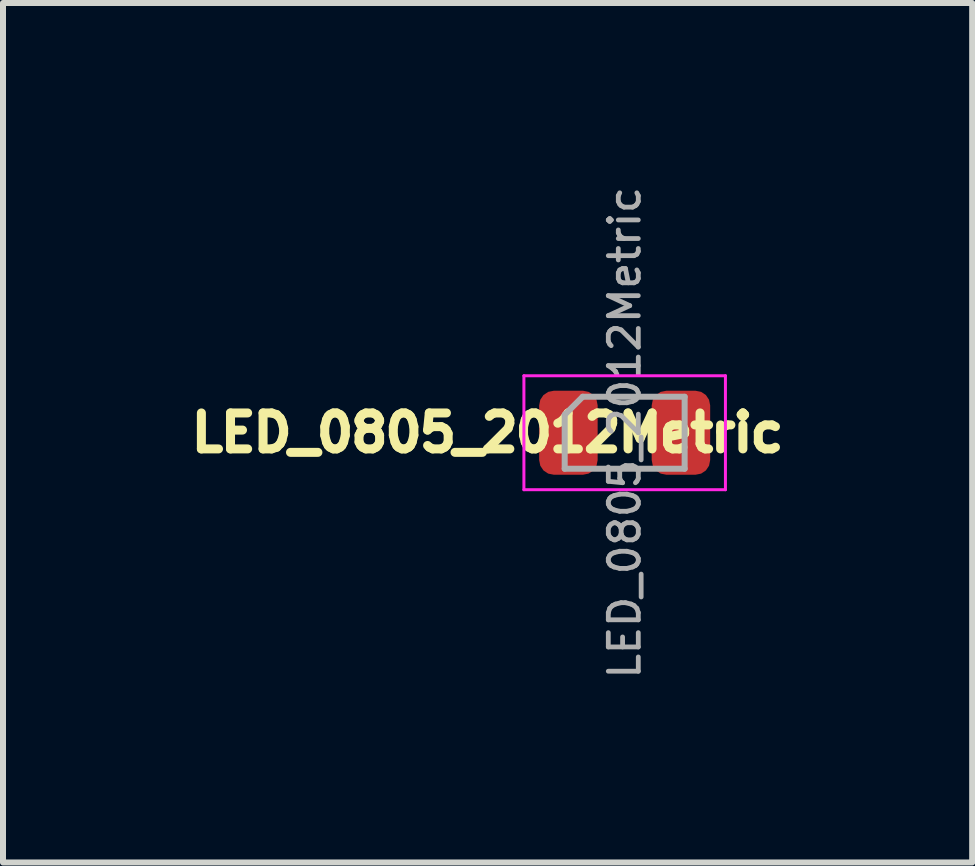
<source format=kicad_pcb>
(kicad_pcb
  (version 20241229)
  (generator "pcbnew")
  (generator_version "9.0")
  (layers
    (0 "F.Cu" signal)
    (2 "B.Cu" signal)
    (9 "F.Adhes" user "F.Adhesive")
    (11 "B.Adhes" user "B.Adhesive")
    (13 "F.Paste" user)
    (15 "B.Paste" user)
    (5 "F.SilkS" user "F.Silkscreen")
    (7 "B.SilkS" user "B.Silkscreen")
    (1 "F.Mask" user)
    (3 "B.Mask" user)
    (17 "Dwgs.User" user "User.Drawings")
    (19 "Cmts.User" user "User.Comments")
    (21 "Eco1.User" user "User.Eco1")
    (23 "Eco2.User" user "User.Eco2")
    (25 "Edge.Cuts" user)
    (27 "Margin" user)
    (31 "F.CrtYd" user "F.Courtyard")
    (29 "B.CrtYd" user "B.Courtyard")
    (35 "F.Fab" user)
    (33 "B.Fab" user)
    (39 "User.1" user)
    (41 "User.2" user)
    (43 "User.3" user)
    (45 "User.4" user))
  (footprint "LED_0805_2012Metric"
    (layer "F.Cu")
    (at 7.365 4.165)
    (property "Reference" "LED_0805_2012Metric" (at -2.286 0 180) (layer "F.SilkS") (effects (font (size 0.6 0.6) (thickness 0.15))))
    (attr smd)
    (fp_line (start -1.68 -0.95) (end 1.68 -0.95) (stroke (width 0.05) (type solid)) (layer "F.CrtYd"))
    (fp_line (start -1.68 0.95) (end -1.68 -0.95) (stroke (width 0.05) (type solid)) (layer "F.CrtYd"))
    (fp_line (start 1.68 -0.95) (end 1.68 0.95) (stroke (width 0.05) (type solid)) (layer "F.CrtYd"))
    (fp_line (start 1.68 0.95) (end -1.68 0.95) (stroke (width 0.05) (type solid)) (layer "F.CrtYd"))
    (fp_line (start -1 -0.3) (end -1 0.6) (stroke (width 0.1) (type solid)) (layer "F.Fab"))
    (fp_line (start -1 0.6) (end 1 0.6) (stroke (width 0.1) (type solid)) (layer "F.Fab"))
    (fp_line (start -0.7 -0.6) (end -1 -0.3) (stroke (width 0.1) (type solid)) (layer "F.Fab"))
    (fp_line (start 1 -0.6) (end -0.7 -0.6) (stroke (width 0.1) (type solid)) (layer "F.Fab"))
    (fp_line (start 1 0.6) (end 1 -0.6) (stroke (width 0.1) (type solid)) (layer "F.Fab"))
    (fp_text user "${REFERENCE}" (at 0 0 90) (layer "F.Fab") (effects (font (size 0.5 0.5) (thickness 0.08))))
    (pad "1" smd roundrect (at -0.938 0) (size 0.975 1.4) (layers "F.Cu" "F.Mask" "F.Paste") (roundrect_rratio 0.25))
    (pad "2" smd roundrect (at 0.938 0) (size 0.975 1.4) (layers "F.Cu" "F.Mask" "F.Paste") (roundrect_rratio 0.25)))
  (gr_rect
    (start -3 -3)
    (end 13.159 11.33)
    (stroke (width 0.1) (type default))
    (fill no)
    (layer "Edge.Cuts")))
</source>
